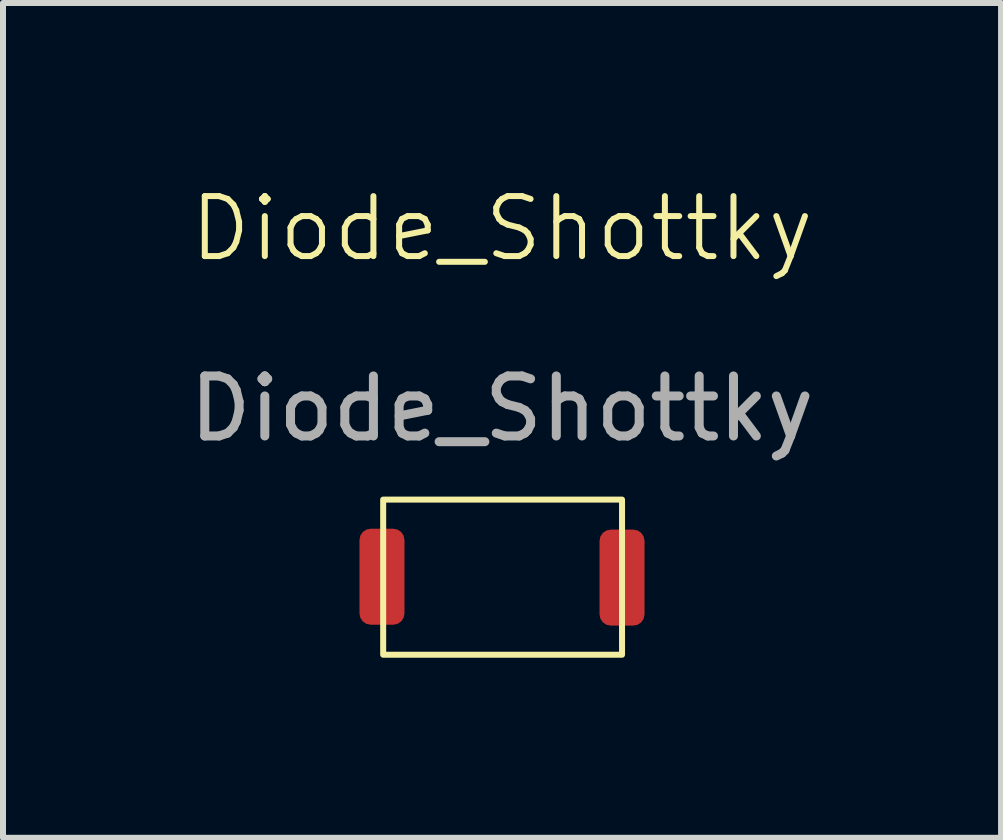
<source format=kicad_pcb>
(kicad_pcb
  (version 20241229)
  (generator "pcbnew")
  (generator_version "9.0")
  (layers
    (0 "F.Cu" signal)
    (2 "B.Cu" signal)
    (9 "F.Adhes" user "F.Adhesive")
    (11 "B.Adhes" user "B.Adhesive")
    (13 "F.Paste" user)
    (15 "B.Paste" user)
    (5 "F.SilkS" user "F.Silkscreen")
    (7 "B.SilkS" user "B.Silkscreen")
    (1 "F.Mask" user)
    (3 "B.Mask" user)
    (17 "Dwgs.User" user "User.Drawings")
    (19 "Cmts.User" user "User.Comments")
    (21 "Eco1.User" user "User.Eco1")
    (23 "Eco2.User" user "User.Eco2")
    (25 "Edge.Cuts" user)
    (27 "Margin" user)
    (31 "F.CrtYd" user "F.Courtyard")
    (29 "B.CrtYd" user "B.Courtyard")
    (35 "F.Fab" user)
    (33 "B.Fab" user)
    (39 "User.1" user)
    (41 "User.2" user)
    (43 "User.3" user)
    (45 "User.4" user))
  (footprint "Diode_Shottky"
    (layer "F.Cu")
    (at 5.315 1.26)
    (property "Reference" "Diode_Shottky" (at 0 -0.5 0) (unlocked yes) (layer "F.SilkS") (effects (font (size 1 1) (thickness 0.1))))
    (attr smd)
    (fp_rect (start -1.98 4.015) (end 2 6.6) (stroke (width 0.1) (type default)) (fill no) (layer "F.SilkS"))
    (fp_text user "${REFERENCE}" (at 0 2.5 0) (unlocked yes) (layer "F.Fab") (effects (font (size 1 1) (thickness 0.15))))
    (pad "1" smd roundrect (at 2 5.315) (size 0.75 1.6) (layers "F.Cu" "F.Mask" "F.Paste") (roundrect_rratio 0.25))
    (pad "2" smd roundrect (at -2 5.3) (size 0.75 1.6) (layers "F.Cu" "F.Mask" "F.Paste") (roundrect_rratio 0.25)))
  (gr_rect
    (start -3 -3)
    (end 13.631 10.911)
    (stroke (width 0.1) (type default))
    (fill no)
    (layer "Edge.Cuts")))
</source>
